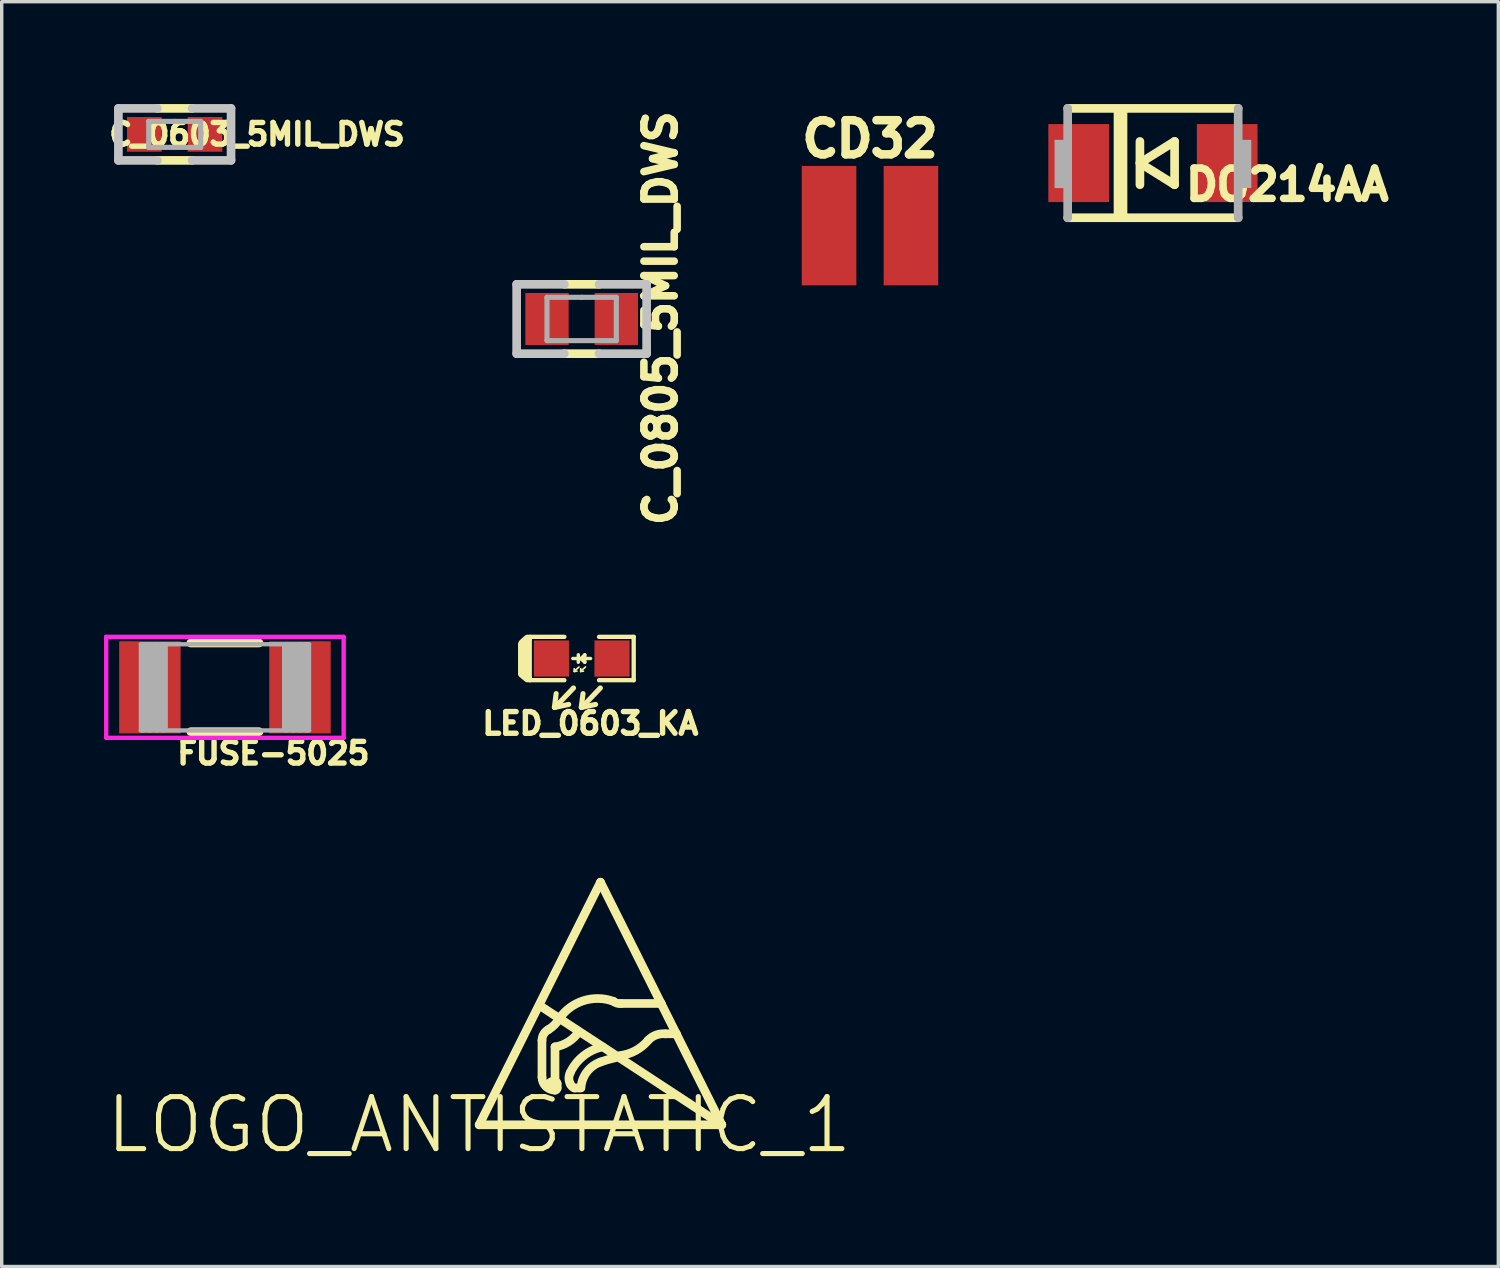
<source format=kicad_pcb>
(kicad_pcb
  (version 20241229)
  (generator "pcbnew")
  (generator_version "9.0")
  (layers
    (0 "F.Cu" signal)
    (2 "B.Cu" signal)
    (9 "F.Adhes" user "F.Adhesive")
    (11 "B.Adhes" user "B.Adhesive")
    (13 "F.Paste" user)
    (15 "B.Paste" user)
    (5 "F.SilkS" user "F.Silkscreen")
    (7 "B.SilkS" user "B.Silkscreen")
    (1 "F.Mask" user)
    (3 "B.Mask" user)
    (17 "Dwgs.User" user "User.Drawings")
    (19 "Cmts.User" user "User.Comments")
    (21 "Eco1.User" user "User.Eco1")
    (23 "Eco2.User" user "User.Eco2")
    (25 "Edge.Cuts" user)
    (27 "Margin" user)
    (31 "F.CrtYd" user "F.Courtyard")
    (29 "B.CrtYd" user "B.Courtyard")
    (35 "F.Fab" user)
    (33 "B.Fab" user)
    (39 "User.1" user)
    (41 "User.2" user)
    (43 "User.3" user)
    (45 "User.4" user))
  (footprint "FUSE-5025"
    (layer "F.Cu")
    (at 3.543 17.097)
    (property "Reference" "FUSE-5025" (at 1.42 1.933 0) (layer "F.SilkS") (effects (font (size 0.635 0.635) (thickness 0.159))))
    (attr smd)
    (fp_line (start -1 -1.3) (end 1 -1.3) (stroke (width 0.254) (type solid)) (layer "F.SilkS"))
    (fp_line (start -1 1.3) (end 1 1.3) (stroke (width 0.254) (type solid)) (layer "F.SilkS"))
    (fp_line (start -3.48 -1.48) (end 3.48 -1.48) (stroke (width 0.127) (type solid)) (layer "F.CrtYd"))
    (fp_line (start -3.48 1.48) (end -3.48 -1.48) (stroke (width 0.127) (type solid)) (layer "F.CrtYd"))
    (fp_line (start -3.48 1.48) (end 3.48 1.48) (stroke (width 0.127) (type solid)) (layer "F.CrtYd"))
    (fp_line (start 3.48 1.48) (end 3.48 -1.48) (stroke (width 0.127) (type solid)) (layer "F.CrtYd"))
    (fp_line (start -2.471 -1.264) (end 2.471 -1.264) (stroke (width 0.127) (type solid)) (layer "F.Fab"))
    (fp_line (start -2.4 1.2) (end -2.4 -1.2) (stroke (width 0.254) (type solid)) (layer "F.Fab"))
    (fp_line (start -2.2 1.2) (end -2.2 -1.2) (stroke (width 0.254) (type solid)) (layer "F.Fab"))
    (fp_line (start -2 1.2) (end -2 -1.2) (stroke (width 0.254) (type solid)) (layer "F.Fab"))
    (fp_line (start -1.8 1.2) (end -1.8 -1.2) (stroke (width 0.254) (type solid)) (layer "F.Fab"))
    (fp_line (start 1.8 1.2) (end 1.8 -1.2) (stroke (width 0.254) (type solid)) (layer "F.Fab"))
    (fp_line (start 2 1.2) (end 2 -1.2) (stroke (width 0.254) (type solid)) (layer "F.Fab"))
    (fp_line (start 2.2 1.2) (end 2.2 -1.2) (stroke (width 0.254) (type solid)) (layer "F.Fab"))
    (fp_line (start 2.4 1.2) (end 2.4 -1.2) (stroke (width 0.254) (type solid)) (layer "F.Fab"))
    (fp_line (start 2.471 1.264) (end -2.471 1.264) (stroke (width 0.127) (type solid)) (layer "F.Fab"))
    (pad "1" smd rect (at -2.2 0) (size 1.8 2.7) (layers "F.Cu" "F.Mask" "F.Paste"))
    (pad "2" smd rect (at 2.2 0) (size 1.8 2.7) (layers "F.Cu" "F.Mask" "F.Paste")))
  (footprint "LED_0603_KA"
    (layer "F.Cu")
    (at 14.001 16.252)
    (property "Reference" "LED_0603_KA" (at 0.254 1.905 0) (layer "F.SilkS") (effects (font (size 0.635 0.635) (thickness 0.159))))
    (attr smd)
    (fp_line (start -1.74 0.419) (end -1.74 -0.406) (stroke (width 0.254) (type solid)) (layer "F.SilkS"))
    (fp_line (start -1.613 0.445) (end -1.613 -0.356) (stroke (width 0.254) (type solid)) (layer "F.SilkS"))
    (fp_line (start -1.587 -0.572) (end -1.727 -0.445) (stroke (width 0.254) (type solid)) (layer "F.SilkS"))
    (fp_line (start -1.587 0.572) (end -1.74 0.445) (stroke (width 0.254) (type solid)) (layer "F.SilkS"))
    (fp_line (start -1.524 -0.635) (end -0.508 -0.635) (stroke (width 0.127) (type solid)) (layer "F.SilkS"))
    (fp_line (start -1.524 0.635) (end -1.524 -0.635) (stroke (width 0.127) (type solid)) (layer "F.SilkS"))
    (fp_line (start -0.8 1.422) (end -0.749 1.029) (stroke (width 0.15) (type solid)) (layer "F.SilkS"))
    (fp_line (start -0.8 1.435) (end -0.381 1.346) (stroke (width 0.15) (type solid)) (layer "F.SilkS"))
    (fp_line (start -0.508 0.635) (end -1.524 0.635) (stroke (width 0.127) (type solid)) (layer "F.SilkS"))
    (fp_line (start -0.241 0.864) (end -0.787 1.435) (stroke (width 0.15) (type solid)) (layer "F.SilkS"))
    (fp_line (start -0.22 0.38) (end -0.22 0.3) (stroke (width 0.05) (type solid)) (layer "F.SilkS"))
    (fp_line (start -0.22 0.38) (end -0.14 0.37) (stroke (width 0.05) (type solid)) (layer "F.SilkS"))
    (fp_line (start -0.1 0.11) (end -0.1 -0.11) (stroke (width 0.1) (type solid)) (layer "F.SilkS"))
    (fp_line (start -0.08 0.25) (end -0.21 0.36) (stroke (width 0.05) (type solid)) (layer "F.SilkS"))
    (fp_line (start -0.03 0.38) (end -0.03 0.3) (stroke (width 0.05) (type solid)) (layer "F.SilkS"))
    (fp_line (start -0.03 0.38) (end 0.05 0.37) (stroke (width 0.05) (type solid)) (layer "F.SilkS"))
    (fp_line (start -0.013 1.422) (end 0.038 1.029) (stroke (width 0.15) (type solid)) (layer "F.SilkS"))
    (fp_line (start -0.013 1.435) (end 0.406 1.346) (stroke (width 0.15) (type solid)) (layer "F.SilkS"))
    (fp_line (start 0.09 -0.11) (end -0.01 -0.01) (stroke (width 0.1) (type solid)) (layer "F.SilkS"))
    (fp_line (start 0.09 0.11) (end -0.02 0.01) (stroke (width 0.1) (type solid)) (layer "F.SilkS"))
    (fp_line (start 0.09 0.11) (end 0.09 -0.11) (stroke (width 0.1) (type solid)) (layer "F.SilkS"))
    (fp_line (start 0.11 0.25) (end -0.02 0.36) (stroke (width 0.05) (type solid)) (layer "F.SilkS"))
    (fp_line (start 0.26 0) (end -0.26 0) (stroke (width 0.1) (type solid)) (layer "F.SilkS"))
    (fp_line (start 0.546 0.864) (end 0 1.435) (stroke (width 0.15) (type solid)) (layer "F.SilkS"))
    (fp_line (start 1.524 -0.635) (end 0.508 -0.635) (stroke (width 0.127) (type solid)) (layer "F.SilkS"))
    (fp_line (start 1.524 0.635) (end 0.508 0.635) (stroke (width 0.127) (type solid)) (layer "F.SilkS"))
    (fp_line (start 1.524 0.635) (end 1.524 -0.635) (stroke (width 0.127) (type solid)) (layer "F.SilkS"))
    (pad "1" smd rect (at -0.889 0 180) (size 1.03 1.06) (layers "F.Cu" "F.Mask" "F.Paste"))
    (pad "2" smd rect (at 0.889 0 180) (size 1.03 1.06) (layers "F.Cu" "F.Mask" "F.Paste")))
  (footprint "C_0603_5MIL_DWS"
    (layer "F.Cu")
    (at 2.071 0.889)
    (property "Reference" "C_0603_5MIL_DWS" (at 2.413 0 0) (layer "F.SilkS") (effects (font (size 0.635 0.635) (thickness 0.159))))
    (attr smd)
    (fp_line (start -0.508 -0.762) (end 0.508 -0.762) (stroke (width 0.254) (type solid)) (layer "F.SilkS"))
    (fp_line (start -0.508 0.762) (end 0.508 0.762) (stroke (width 0.254) (type solid)) (layer "F.SilkS"))
    (fp_line (start -1.651 -0.762) (end -1.651 0.762) (stroke (width 0.254) (type solid)) (layer "Dwgs.User"))
    (fp_line (start -1.651 0.762) (end -0.508 0.762) (stroke (width 0.254) (type solid)) (layer "Dwgs.User"))
    (fp_line (start -0.508 -0.762) (end -1.651 -0.762) (stroke (width 0.254) (type solid)) (layer "Dwgs.User"))
    (fp_line (start 0.508 -0.762) (end 1.651 -0.762) (stroke (width 0.254) (type solid)) (layer "Dwgs.User"))
    (fp_line (start 1.651 -0.762) (end 1.651 0.762) (stroke (width 0.254) (type solid)) (layer "Dwgs.User"))
    (fp_line (start 1.651 0.762) (end 0.508 0.762) (stroke (width 0.254) (type solid)) (layer "Dwgs.User"))
    (fp_line (start -0.762 -0.381) (end -0.762 0.381) (stroke (width 0.15) (type solid)) (layer "F.Fab"))
    (fp_line (start -0.762 0.381) (end 0.762 0.381) (stroke (width 0.15) (type solid)) (layer "F.Fab"))
    (fp_line (start 0 -0.381) (end -0.762 -0.381) (stroke (width 0.15) (type solid)) (layer "F.Fab"))
    (fp_line (start 0.762 -0.381) (end 0 -0.381) (stroke (width 0.15) (type solid)) (layer "F.Fab"))
    (fp_line (start 0.762 0.381) (end 0.762 -0.381) (stroke (width 0.15) (type solid)) (layer "F.Fab"))
    (pad "1" smd rect (at -0.889 0) (size 1.016 1.016) (layers "F.Cu" "F.Mask" "F.Paste"))
    (pad "2" smd rect (at 0.889 0) (size 1.016 1.016) (layers "F.Cu" "F.Mask" "F.Paste")))
  (footprint "C_0805_5MIL_DWS"
    (layer "F.Cu")
    (at 13.999 6.3)
    (property "Reference" "C_0805_5MIL_DWS" (at 2.314 -0.023 90) (layer "F.SilkS") (effects (font (size 0.889 0.889) (thickness 0.222))))
    (attr through_hole)
    (fp_line (start -0.508 -1.016) (end 0.508 -1.016) (stroke (width 0.254) (type solid)) (layer "F.SilkS"))
    (fp_line (start -0.508 1.016) (end 0.508 1.016) (stroke (width 0.254) (type solid)) (layer "F.SilkS"))
    (fp_line (start -1.905 -1.016) (end -1.905 1.016) (stroke (width 0.254) (type solid)) (layer "Dwgs.User"))
    (fp_line (start -0.508 -1.016) (end -1.905 -1.016) (stroke (width 0.254) (type solid)) (layer "Dwgs.User"))
    (fp_line (start -0.508 1.016) (end -1.905 1.016) (stroke (width 0.254) (type solid)) (layer "Dwgs.User"))
    (fp_line (start 1.905 -1.016) (end 0.508 -1.016) (stroke (width 0.254) (type solid)) (layer "Dwgs.User"))
    (fp_line (start 1.905 -1.016) (end 1.905 1.016) (stroke (width 0.254) (type solid)) (layer "Dwgs.User"))
    (fp_line (start 1.905 1.016) (end 0.508 1.016) (stroke (width 0.254) (type solid)) (layer "Dwgs.User"))
    (fp_line (start -1.016 -0.635) (end 0 -0.635) (stroke (width 0.15) (type solid)) (layer "F.Fab"))
    (fp_line (start -1.016 0.635) (end -1.016 -0.635) (stroke (width 0.15) (type solid)) (layer "F.Fab"))
    (fp_line (start 0 -0.635) (end 1.016 -0.635) (stroke (width 0.15) (type solid)) (layer "F.Fab"))
    (fp_line (start 1.016 -0.635) (end 1.016 0.635) (stroke (width 0.15) (type solid)) (layer "F.Fab"))
    (fp_line (start 1.016 0.635) (end -1.016 0.635) (stroke (width 0.15) (type solid)) (layer "F.Fab"))
    (pad "1" smd rect (at -1.016 0 90) (size 1.524 1.27) (layers "F.Cu" "F.Mask" "F.Paste"))
    (pad "2" smd rect (at 1.016 0 90) (size 1.524 1.27) (layers "F.Cu" "F.Mask" "F.Paste")))
  (footprint "LOGO_ANTISTATIC_1"
    (layer "F.Cu")
    (at 10.995 29.92)
    (property "Reference" "LOGO_ANTISTATIC_1" (at 0 0 0) (layer "F.SilkS") (effects (font (size 1.524 1.524) (thickness 0.15))))
    (attr through_hole)
    (fp_line (start 0 0) (end 7.112 0) (stroke (width 0.254) (type solid)) (layer "F.SilkS"))
    (fp_line (start 1.778 -3.493) (end 7.112 0) (stroke (width 0.254) (type solid)) (layer "F.SilkS"))
    (fp_line (start 1.841 -2.477) (end 1.841 -1.397) (stroke (width 0.254) (type solid)) (layer "F.SilkS"))
    (fp_line (start 2.223 -1.27) (end 2.159 -1.27) (stroke (width 0.254) (type solid)) (layer "F.SilkS"))
    (fp_line (start 2.223 -1.27) (end 2.223 -2.286) (stroke (width 0.254) (type solid)) (layer "F.SilkS"))
    (fp_line (start 2.286 -1.079) (end 2.286 -1.206) (stroke (width 0.254) (type solid)) (layer "F.SilkS"))
    (fp_line (start 2.794 -1.079) (end 2.946 -1.079) (stroke (width 0.254) (type solid)) (layer "F.SilkS"))
    (fp_line (start 3.556 -7.112) (end 0 0) (stroke (width 0.254) (type solid)) (layer "F.SilkS"))
    (fp_line (start 4.153 -3.556) (end 5.334 -3.556) (stroke (width 0.254) (type solid)) (layer "F.SilkS"))
    (fp_line (start 5.334 -3.556) (end 3.556 -7.112) (stroke (width 0.254) (type solid)) (layer "F.SilkS"))
    (fp_line (start 5.779 -2.667) (end 5.334 -3.556) (stroke (width 0.254) (type solid)) (layer "F.SilkS"))
    (fp_line (start 5.779 -2.667) (end 5.461 -2.667) (stroke (width 0.254) (type solid)) (layer "F.SilkS"))
    (fp_line (start 7.112 0) (end 5.779 -2.667) (stroke (width 0.254) (type solid)) (layer "F.SilkS"))
    (fp_arc (start 1.8415 -2.4765) (mid 1.892493 -2.660688) (end 2.030952 -2.792425) (stroke (width 0.254) (type solid)) (layer "F.SilkS"))
    (fp_arc (start 2.032 -1.143) (mid 2.069197 -1.232803) (end 2.159 -1.27) (stroke (width 0.254) (type solid)) (layer "F.SilkS"))
    (fp_arc (start 2.2225 -1.27) (mid 2.267401 -1.251401) (end 2.286 -1.2065) (stroke (width 0.254) (type solid)) (layer "F.SilkS"))
    (fp_arc (start 2.2225 -1.016) (mid 1.953092 -1.127592) (end 1.8415 -1.397) (stroke (width 0.254) (type solid)) (layer "F.SilkS"))
    (fp_arc (start 2.286 -1.0795) (mid 2.26916 -1.033814) (end 2.224929 -1.013456) (stroke (width 0.254) (type solid)) (layer "F.SilkS"))
    (fp_arc (start 2.3495 -3.1115) (mid 2.210976 -2.933276) (end 2.033451 -2.793858) (stroke (width 0.254) (type solid)) (layer "F.SilkS"))
    (fp_arc (start 2.3495 -3.1115) (mid 3.055833 -3.637435) (end 3.936279 -3.619321) (stroke (width 0.254) (type solid)) (layer "F.SilkS"))
    (fp_arc (start 2.667 -1.524) (mid 3.052894 -2.016636) (end 3.618292 -2.284834) (stroke (width 0.254) (type solid)) (layer "F.SilkS"))
    (fp_arc (start 2.667 -1.2065) (mid 2.630092 -1.365023) (end 2.667932 -1.523326) (stroke (width 0.254) (type solid)) (layer "F.SilkS"))
    (fp_arc (start 2.794 -1.0795) (mid 2.715547 -1.127972) (end 2.667033 -1.2064) (stroke (width 0.254) (type solid)) (layer "F.SilkS"))
    (fp_arc (start 2.921 -2.7305) (mid 2.619867 -2.433418) (end 2.224065 -2.284155) (stroke (width 0.254) (type solid)) (layer "F.SilkS"))
    (fp_arc (start 2.9845 -1.0795) (mid 3.155121 -1.546326) (end 3.556085 -1.840036) (stroke (width 0.254) (type solid)) (layer "F.SilkS"))
    (fp_arc (start 3.556 -1.8415) (mid 3.773965 -1.911125) (end 3.995725 -1.967506) (stroke (width 0.254) (type solid)) (layer "F.SilkS"))
    (fp_arc (start 4.1529 -3.556) (mid 4.038851 -3.565528) (end 3.937084 -3.617886) (stroke (width 0.254) (type solid)) (layer "F.SilkS"))
    (fp_arc (start 4.953 -2.4765) (mid 4.584618 -2.174457) (end 4.130538 -2.030424) (stroke (width 0.254) (type solid)) (layer "F.SilkS"))
    (fp_arc (start 4.953 -2.4765) (mid 5.184933 -2.631521) (end 5.461699 -2.666526) (stroke (width 0.254) (type solid)) (layer "F.SilkS")))
  (footprint "DO214AA"
    (layer "F.Cu")
    (at 30.744 1.73)
    (property "Reference" "DO214AA" (at 3.937 0.635 180) (layer "F.SilkS") (effects (font (size 0.889 0.889) (thickness 0.222))))
    (attr smd)
    (fp_line (start -2.499 -1.603) (end 2.499 -1.603) (stroke (width 0.254) (type solid)) (layer "F.SilkS"))
    (fp_line (start -0.95 -1.475) (end -0.95 1.525) (stroke (width 0.4) (type solid)) (layer "F.SilkS"))
    (fp_line (start -0.381 0.635) (end -0.381 -0.635) (stroke (width 0.254) (type solid)) (layer "F.SilkS"))
    (fp_line (start 0.635 -0.635) (end -0.381 0) (stroke (width 0.254) (type solid)) (layer "F.SilkS"))
    (fp_line (start 0.635 0.635) (end -0.381 0) (stroke (width 0.254) (type solid)) (layer "F.SilkS"))
    (fp_line (start 0.635 0.635) (end 0.635 -0.635) (stroke (width 0.254) (type solid)) (layer "F.SilkS"))
    (fp_line (start 2.499 1.603) (end -2.499 1.603) (stroke (width 0.254) (type solid)) (layer "F.SilkS"))
    (fp_line (start -2.85 -0.648) (end -2.598 -0.648) (stroke (width 0.066) (type solid)) (layer "F.Fab"))
    (fp_line (start -2.85 0.699) (end -2.85 -0.648) (stroke (width 0.066) (type solid)) (layer "F.Fab"))
    (fp_line (start -2.85 0.699) (end -2.598 0.699) (stroke (width 0.066) (type solid)) (layer "F.Fab"))
    (fp_line (start -2.725 -0.55) (end -2.725 0.6) (stroke (width 0.254) (type solid)) (layer "F.Fab"))
    (fp_line (start -2.598 0.699) (end -2.598 -0.648) (stroke (width 0.066) (type solid)) (layer "F.Fab"))
    (fp_line (start -2.499 1.603) (end -2.499 -1.603) (stroke (width 0.254) (type solid)) (layer "F.Fab"))
    (fp_line (start 2.499 -1.603) (end 2.499 1.603) (stroke (width 0.254) (type solid)) (layer "F.Fab"))
    (fp_line (start 2.598 -0.648) (end 2.85 -0.648) (stroke (width 0.066) (type solid)) (layer "F.Fab"))
    (fp_line (start 2.598 0.699) (end 2.598 -0.648) (stroke (width 0.066) (type solid)) (layer "F.Fab"))
    (fp_line (start 2.598 0.699) (end 2.85 0.699) (stroke (width 0.066) (type solid)) (layer "F.Fab"))
    (fp_line (start 2.725 -0.55) (end 2.725 0.6) (stroke (width 0.254) (type solid)) (layer "F.Fab"))
    (fp_line (start 2.85 0.699) (end 2.85 -0.648) (stroke (width 0.066) (type solid)) (layer "F.Fab"))
    (pad "A" smd rect (at 2.177 0) (size 1.778 2.286) (layers "F.Cu" "F.Mask" "F.Paste"))
    (pad "C" smd rect (at -2.177 0) (size 1.778 2.286) (layers "F.Cu" "F.Mask" "F.Paste")))
  (footprint "CD32"
    (layer "F.Cu")
    (at 22.451 3.564)
    (property "Reference" "CD32" (at 0 -2.54 180) (layer "F.SilkS") (effects (font (size 1 1) (thickness 0.25))))
    (attr smd)
    (pad "1" smd rect (at 1.2 0 180) (size 1.6 3.5) (layers "F.Cu" "F.Mask" "F.Paste"))
    (pad "2" smd rect (at -1.2 0 180) (size 1.6 3.5) (layers "F.Cu" "F.Mask" "F.Paste")))
  (gr_rect
    (start -3 -3)
    (end 40.868 34.074)
    (stroke (width 0.1) (type default))
    (fill no)
    (layer "Edge.Cuts")))
</source>
